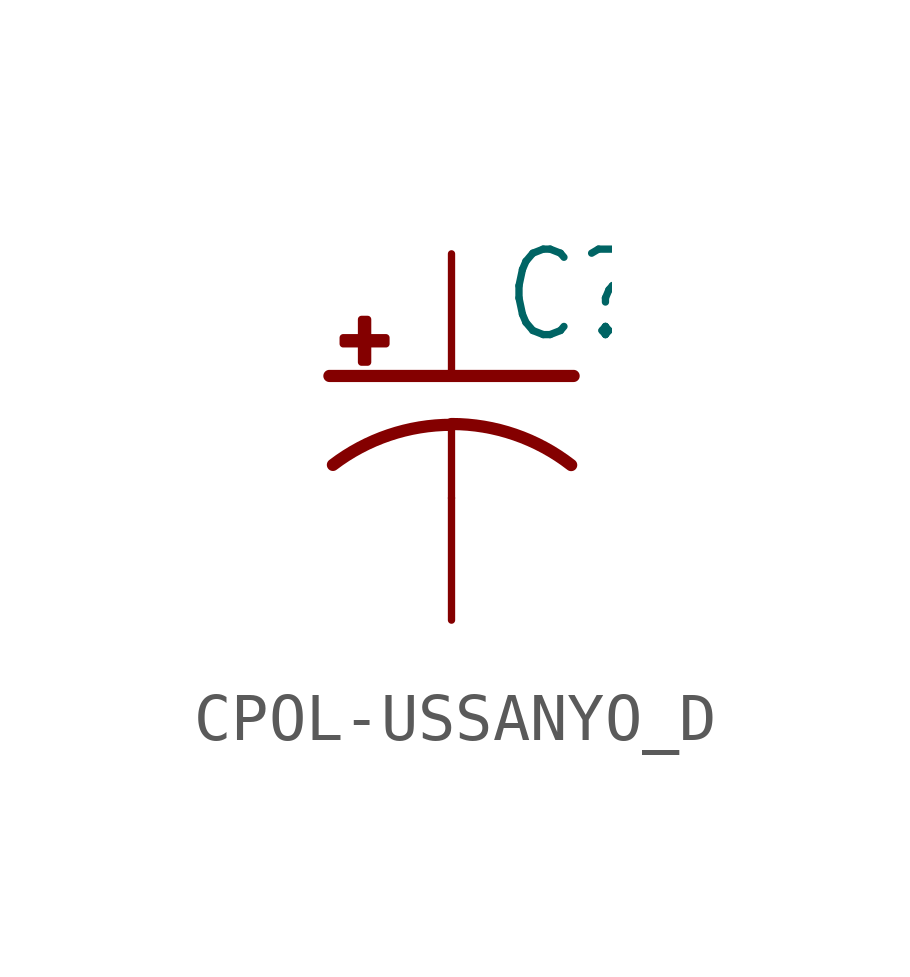
<source format=kicad_sym>
(kicad_symbol_lib
  (version 20231120)
  (generator "kicad_symbol_editor")
  (generator_version "8.0")
  (symbol "CPOL-USSANYO_D"
    (property "Reference" "C"
      (at 1.016 0.635 0)
      (effects (font (size 1.778 1.511)) (justify left bottom)))
    (property "Value" ""
      (at 1.016 -4.191 0)
      (effects (font (size 1.778 1.511)) (justify left bottom)))
    (property "ki_locked" ""
      (at 0 0 0)
      (effects (font (size 1.27 1.27))))
    (symbol "CPOL-USSANYO_D_1_0"
      (rectangle (start -2.253 0.668) (end -1.364 0.795) (stroke (width 0) (type default)) (fill (type outline)))
      (rectangle (start -1.872 0.287) (end -1.745 1.176) (stroke (width 0) (type default)) (fill (type outline)))
      (arc (start 0 -1.0161) (mid -1.3021 -1.2303) (end -2.4669 -1.8504) (stroke (width 0.254) (type solid)) (fill (type none)))
      (polyline (pts (xy -2.54 0) (xy 2.54 0)) (stroke (width 0.254) (type solid)) (fill (type none)))
      (polyline (pts (xy 0 -1.016) (xy 0 -2.54)) (stroke (width 0.152) (type solid)) (fill (type none)))
      (arc (start 2.4892 -1.8541) (mid 1.3158 -1.2194) (end 0 -1) (stroke (width 0.254) (type solid)) (fill (type none)))
      (pin passive line (at 0 2.54 270) (length 2.54) (name "+" (effects (font (size 0 0)))) (number "+" (effects (font (size 0 0)))))
      (pin passive line (at 0 -5.08 90) (length 2.54) (name "-" (effects (font (size 0 0)))) (number "-" (effects (font (size 0 0))))))))
</source>
